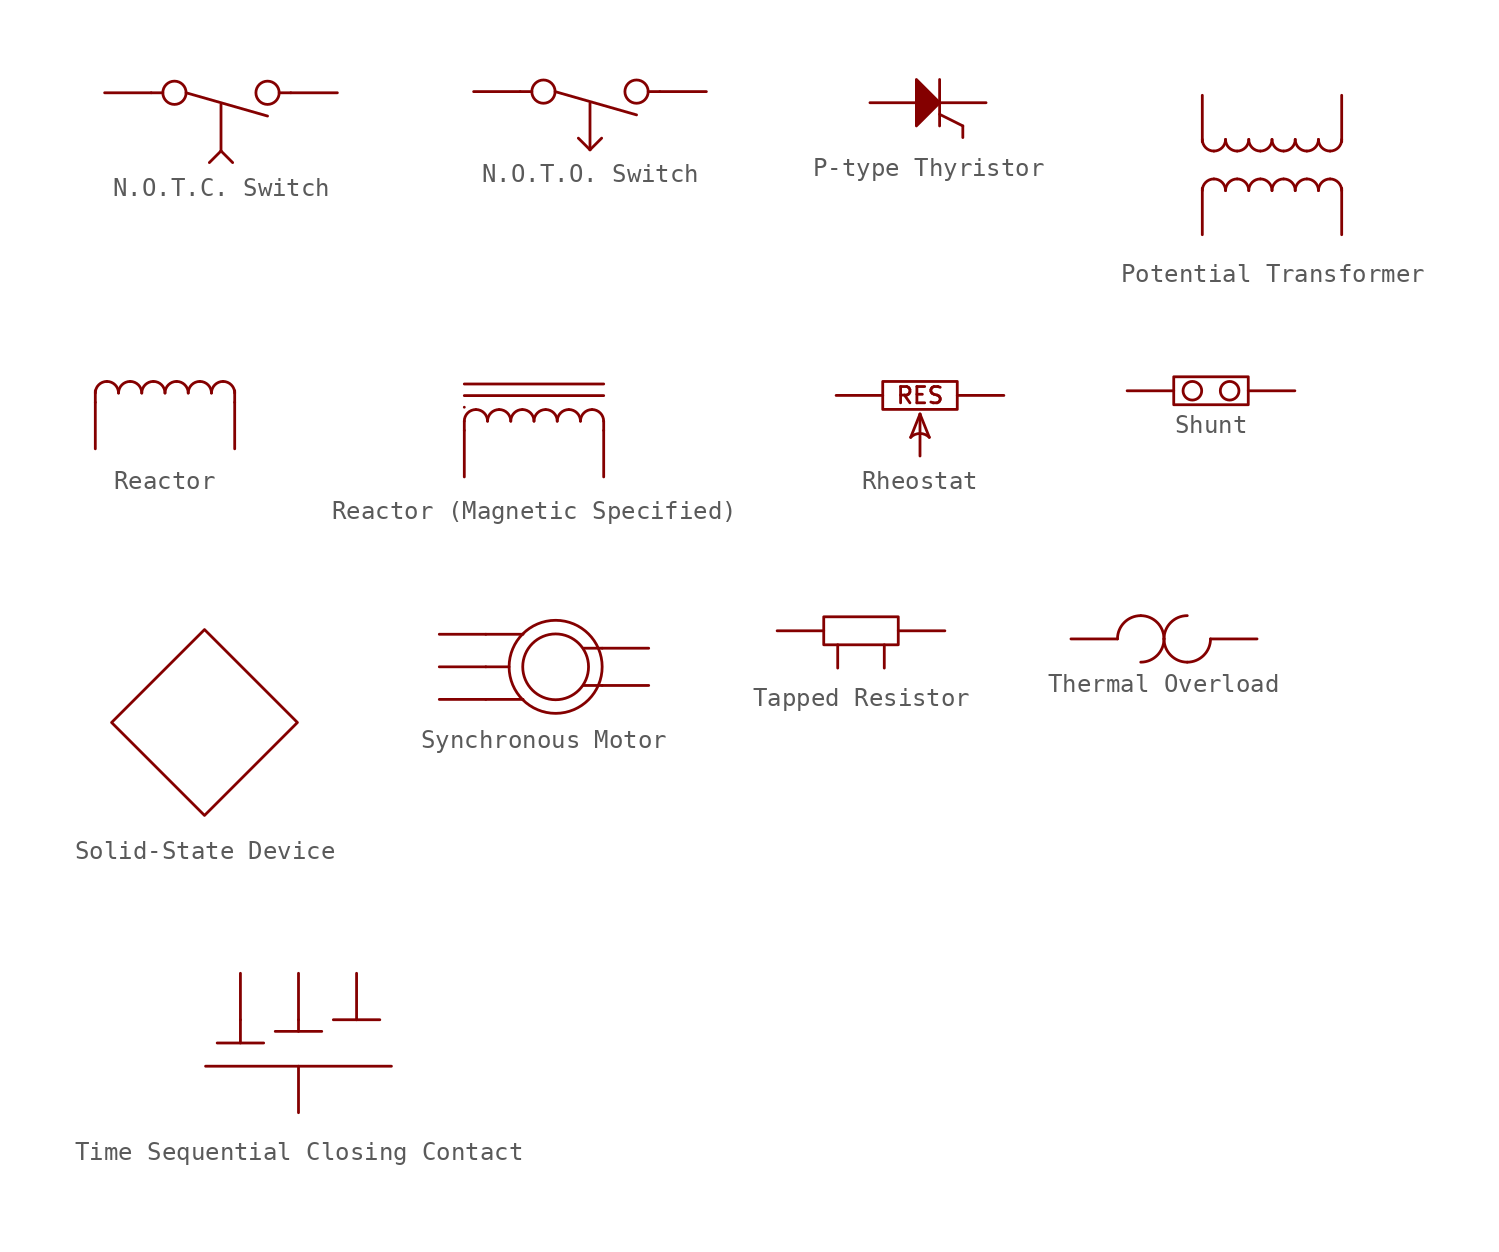
<source format=kicad_sym>
(kicad_symbol_lib
  (version 20241209)
  (generator "kicad_symbol_editor")
  (generator_version "9.0")
  (symbol "N.O.T.C. Switch"
    (property "Reference" "U"
      (at 0 1.524 0)
      (effects (font (size 1.27 1.27)) (hide yes)))
    (property "Value" ""
      (at 0 0 0)
      (effects (font (size 1.27 1.27))))
    (symbol "N.O.T.C. Switch_0_1"
      (polyline (pts (xy -3.81 0) (xy -3.175 0)) (stroke (width 0) (type default)) (fill (type none)))
      (circle (center -2.54 0) (radius 0.635) (stroke (width 0) (type default)) (fill (type none)))
      (polyline (pts (xy -1.905 0) (xy 2.54 -1.27)) (stroke (width 0) (type default)) (fill (type none)))
      (polyline (pts (xy 0 -0.635) (xy 0 -3.175)) (stroke (width 0) (type default)) (fill (type none)))
      (polyline (pts (xy 0 -3.175) (xy -0.635 -3.81)) (stroke (width 0) (type default)) (fill (type none)))
      (polyline (pts (xy 0 -3.175) (xy 0.635 -3.81)) (stroke (width 0) (type default)) (fill (type none)))
      (circle (center 2.54 0) (radius 0.635) (stroke (width 0) (type default)) (fill (type none)))
      (polyline (pts (xy 3.81 0) (xy 3.175 0)) (stroke (width 0) (type default)) (fill (type none))))
    (symbol "N.O.T.C. Switch_1_1"
      (pin input line (at -6.35 0 0) (length 2.54) (name "" (effects (font (size 1.27 1.27)))) (number "" (effects (font (size 1.27 1.27)))))
      (pin input line (at 6.35 0 180) (length 2.54) (name "" (effects (font (size 1.27 1.27)))) (number "" (effects (font (size 1.27 1.27)))))))
  (symbol "N.O.T.O. Switch"
    (property "Reference" "U"
      (at 0 1.524 0)
      (effects (font (size 1.27 1.27)) (hide yes)))
    (property "Value" ""
      (at 0 0 0)
      (effects (font (size 1.27 1.27))))
    (symbol "N.O.T.O. Switch_0_1"
      (polyline (pts (xy -3.81 0) (xy -3.175 0)) (stroke (width 0) (type default)) (fill (type none)))
      (circle (center -2.54 0) (radius 0.635) (stroke (width 0) (type default)) (fill (type none)))
      (polyline (pts (xy -1.905 0) (xy 2.54 -1.27)) (stroke (width 0) (type default)) (fill (type none)))
      (polyline (pts (xy 0 -0.635) (xy 0 -3.175)) (stroke (width 0) (type default)) (fill (type none)))
      (polyline (pts (xy 0 -3.175) (xy -0.635 -2.54)) (stroke (width 0) (type default)) (fill (type none)))
      (polyline (pts (xy 0 -3.175) (xy 0.635 -2.54)) (stroke (width 0) (type default)) (fill (type none)))
      (circle (center 2.54 0) (radius 0.635) (stroke (width 0) (type default)) (fill (type none)))
      (polyline (pts (xy 3.81 0) (xy 3.175 0)) (stroke (width 0) (type default)) (fill (type none))))
    (symbol "N.O.T.O. Switch_1_1"
      (pin input line (at -6.35 0 0) (length 2.54) (name "" (effects (font (size 1.27 1.27)))) (number "" (effects (font (size 1.27 1.27)))))
      (pin input line (at 6.35 0 180) (length 2.54) (name "" (effects (font (size 1.27 1.27)))) (number "" (effects (font (size 1.27 1.27)))))))
  (symbol "P-type Thyristor"
    (property "Reference" "U"
      (at 0 2.54 0)
      (effects (font (size 1.27 1.27)) (hide yes)))
    (property "Value" ""
      (at 0 0 0)
      (effects (font (size 1.27 1.27))))
    (symbol "P-type Thyristor_0_1"
      (polyline (pts (xy 0.635 1.27) (xy 0.635 -1.27)) (stroke (width 0) (type default)) (fill (type none)))
      (polyline (pts (xy 0.635 -0.635) (xy 1.905 -1.27)) (stroke (width 0) (type default)) (fill (type none))))
    (symbol "P-type Thyristor_1_1"
      (polyline (pts (xy 0.635 0) (xy -0.635 1.27) (xy -0.635 -1.27) (xy 0.635 0)) (stroke (width 0) (type solid)) (fill (type outline)))
      (pin input line (at -3.175 0 0) (length 2.54) (name "" (effects (font (size 1.27 1.27)))) (number "" (effects (font (size 1.27 1.27)))))
      (pin input line (at 1.905 -1.905 90) (length 0.635) (name "" (effects (font (size 1.27 1.27)))) (number "" (effects (font (size 1.27 1.27)))))
      (pin input line (at 3.175 0 180) (length 2.54) (name "" (effects (font (size 1.27 1.27)))) (number "" (effects (font (size 1.27 1.27)))))))
  (symbol "Potential Transformer"
    (property "Reference" "U"
      (at 0 2.794 0)
      (effects (font (size 1.27 1.27)) (hide yes)))
    (property "Value" ""
      (at 0 0 0)
      (effects (font (size 1.27 1.27))))
    (symbol "Potential Transformer_0_1"
      (arc (start -3.175 0.762) (mid -3.624 0.948) (end -3.81 1.397) (stroke (width 0) (type default)) (fill (type none)))
      (arc (start -2.54 1.397) (mid -2.726 0.948) (end -3.175 0.762) (stroke (width 0) (type default)) (fill (type none)))
      (arc (start -3.81 -1.397) (mid -3.624 -0.948) (end -3.175 -0.762) (stroke (width 0) (type default)) (fill (type none)))
      (arc (start -3.175 -0.762) (mid -2.726 -0.948) (end -2.54 -1.397) (stroke (width 0) (type default)) (fill (type none)))
      (arc (start -1.905 0.762) (mid -2.354 0.948) (end -2.54 1.397) (stroke (width 0) (type default)) (fill (type none)))
      (arc (start -1.27 1.397) (mid -1.456 0.948) (end -1.905 0.762) (stroke (width 0) (type default)) (fill (type none)))
      (arc (start -2.54 -1.397) (mid -2.354 -0.948) (end -1.905 -0.762) (stroke (width 0) (type default)) (fill (type none)))
      (arc (start -1.905 -0.762) (mid -1.456 -0.948) (end -1.27 -1.397) (stroke (width 0) (type default)) (fill (type none)))
      (arc (start -0.635 0.762) (mid -1.084 0.948) (end -1.27 1.397) (stroke (width 0) (type default)) (fill (type none)))
      (arc (start 0 1.397) (mid -0.186 0.948) (end -0.635 0.762) (stroke (width 0) (type default)) (fill (type none)))
      (arc (start -1.27 -1.397) (mid -1.084 -0.948) (end -0.635 -0.762) (stroke (width 0) (type default)) (fill (type none)))
      (arc (start -0.635 -0.762) (mid -0.186 -0.948) (end 0 -1.397) (stroke (width 0) (type default)) (fill (type none)))
      (arc (start 0.635 0.762) (mid 0.186 0.948) (end 0 1.397) (stroke (width 0) (type default)) (fill (type none)))
      (arc (start 1.27 1.397) (mid 1.084 0.948) (end 0.635 0.762) (stroke (width 0) (type default)) (fill (type none)))
      (arc (start 0 -1.397) (mid 0.186 -0.948) (end 0.635 -0.762) (stroke (width 0) (type default)) (fill (type none)))
      (arc (start 0.635 -0.762) (mid 1.084 -0.948) (end 1.27 -1.397) (stroke (width 0) (type default)) (fill (type none)))
      (arc (start 1.905 0.762) (mid 1.456 0.948) (end 1.27 1.397) (stroke (width 0) (type default)) (fill (type none)))
      (arc (start 2.54 1.397) (mid 2.354 0.948) (end 1.905 0.762) (stroke (width 0) (type default)) (fill (type none)))
      (arc (start 1.27 -1.397) (mid 1.456 -0.948) (end 1.905 -0.762) (stroke (width 0) (type default)) (fill (type none)))
      (arc (start 1.905 -0.762) (mid 2.354 -0.948) (end 2.54 -1.397) (stroke (width 0) (type default)) (fill (type none)))
      (arc (start 3.175 0.762) (mid 2.726 0.948) (end 2.54 1.397) (stroke (width 0) (type default)) (fill (type none)))
      (arc (start 3.81 1.397) (mid 3.624 0.948) (end 3.175 0.762) (stroke (width 0) (type default)) (fill (type none)))
      (arc (start 2.54 -1.397) (mid 2.726 -0.948) (end 3.175 -0.762) (stroke (width 0) (type default)) (fill (type none)))
      (arc (start 3.175 -0.762) (mid 3.624 -0.948) (end 3.81 -1.397) (stroke (width 0) (type default)) (fill (type none))))
    (symbol "Potential Transformer_1_1"
      (pin input line (at -3.81 3.81 270) (length 2.54) (name "" (effects (font (size 1.27 1.27)))) (number "" (effects (font (size 1.27 1.27)))))
      (pin input line (at -3.81 -3.81 90) (length 2.54) (name "" (effects (font (size 1.27 1.27)))) (number "" (effects (font (size 1.27 1.27)))))
      (pin input line (at 3.81 3.81 270) (length 2.54) (name "" (effects (font (size 1.27 1.27)))) (number "" (effects (font (size 1.27 1.27)))))
      (pin input line (at 3.81 -3.81 90) (length 2.54) (name "" (effects (font (size 1.27 1.27)))) (number "" (effects (font (size 1.27 1.27)))))))
  (symbol "Reactor"
    (property "Reference" "U"
      (at 0 3.048 0)
      (effects (font (size 1.27 1.27)) (hide yes)))
    (property "Value" ""
      (at 0 0 0)
      (effects (font (size 1.27 1.27))))
    (symbol "Reactor_0_1"
      (polyline (pts (xy -3.81 1.27) (xy -3.81 0.635)) (stroke (width 0) (type default)) (fill (type none)))
      (arc (start -3.81 1.143) (mid -3.624 1.592) (end -3.175 1.778) (stroke (width 0) (type default)) (fill (type none)))
      (arc (start -3.175 1.778) (mid -2.726 1.592) (end -2.54 1.143) (stroke (width 0) (type default)) (fill (type none)))
      (arc (start -2.54 1.143) (mid -2.354 1.592) (end -1.905 1.778) (stroke (width 0) (type default)) (fill (type none)))
      (arc (start -1.905 1.778) (mid -1.456 1.592) (end -1.27 1.143) (stroke (width 0) (type default)) (fill (type none)))
      (arc (start -1.27 1.143) (mid -1.084 1.592) (end -0.635 1.778) (stroke (width 0) (type default)) (fill (type none)))
      (arc (start -0.635 1.778) (mid -0.186 1.592) (end 0 1.143) (stroke (width 0) (type default)) (fill (type none)))
      (arc (start 0 1.143) (mid 0.186 1.592) (end 0.635 1.778) (stroke (width 0) (type default)) (fill (type none)))
      (arc (start 0.635 1.778) (mid 1.084 1.592) (end 1.27 1.143) (stroke (width 0) (type default)) (fill (type none)))
      (arc (start 1.27 1.143) (mid 1.456 1.592) (end 1.905 1.778) (stroke (width 0) (type default)) (fill (type none)))
      (arc (start 1.905 1.778) (mid 2.354 1.592) (end 2.54 1.143) (stroke (width 0) (type default)) (fill (type none)))
      (arc (start 2.54 1.143) (mid 2.726 1.592) (end 3.175 1.778) (stroke (width 0) (type default)) (fill (type none)))
      (arc (start 3.175 1.778) (mid 3.624 1.592) (end 3.81 1.143) (stroke (width 0) (type default)) (fill (type none)))
      (polyline (pts (xy 3.81 1.27) (xy 3.81 0.635)) (stroke (width 0) (type default)) (fill (type none))))
    (symbol "Reactor_1_1"
      (pin input line (at -3.81 -1.905 90) (length 2.54) (name "" (effects (font (size 1.27 1.27)))) (number "" (effects (font (size 1.27 1.27)))))
      (pin input line (at 3.81 -1.905 90) (length 2.54) (name "" (effects (font (size 1.27 1.27)))) (number "" (effects (font (size 1.27 1.27)))))))
  (symbol "Reactor (Magnetic Specified)"
    (property "Reference" "U"
      (at 0 3.81 0)
      (effects (font (size 1.27 1.27)) (hide yes)))
    (property "Value" ""
      (at 0 0 0)
      (effects (font (size 1.27 1.27))))
    (symbol "Reactor (Magnetic Specified)_0_1"
      (polyline (pts (xy -3.81 1.905) (xy 3.81 1.905)) (stroke (width 0) (type default)) (fill (type none)))
      (polyline (pts (xy -3.81 1.27) (xy -3.81 1.27)) (stroke (width 0) (type default)) (fill (type none)))
      (polyline (pts (xy -3.81 0.508) (xy -3.81 0)) (stroke (width 0) (type default)) (fill (type none)))
      (arc (start -3.81 0.508) (mid -3.624 0.957) (end -3.175 1.143) (stroke (width 0) (type default)) (fill (type none)))
      (arc (start -3.175 1.143) (mid -2.726 0.957) (end -2.54 0.508) (stroke (width 0) (type default)) (fill (type none)))
      (arc (start -2.54 0.508) (mid -2.354 0.957) (end -1.905 1.143) (stroke (width 0) (type default)) (fill (type none)))
      (arc (start -1.905 1.143) (mid -1.456 0.957) (end -1.27 0.508) (stroke (width 0) (type default)) (fill (type none)))
      (arc (start -1.27 0.508) (mid -1.084 0.957) (end -0.635 1.143) (stroke (width 0) (type default)) (fill (type none)))
      (arc (start -0.635 1.143) (mid -0.186 0.957) (end 0 0.508) (stroke (width 0) (type default)) (fill (type none)))
      (arc (start 0 0.508) (mid 0.186 0.957) (end 0.635 1.143) (stroke (width 0) (type default)) (fill (type none)))
      (arc (start 0.635 1.143) (mid 1.084 0.957) (end 1.27 0.508) (stroke (width 0) (type default)) (fill (type none)))
      (arc (start 1.27 0.508) (mid 1.456 0.957) (end 1.905 1.143) (stroke (width 0) (type default)) (fill (type none)))
      (arc (start 1.905 1.143) (mid 2.354 0.957) (end 2.54 0.508) (stroke (width 0) (type default)) (fill (type none)))
      (arc (start 2.54 0.508) (mid 2.726 0.957) (end 3.175 1.143) (stroke (width 0) (type default)) (fill (type none)))
      (arc (start 3.175 1.143) (mid 3.624 0.957) (end 3.81 0.508) (stroke (width 0) (type default)) (fill (type none)))
      (polyline (pts (xy 3.81 2.54) (xy -3.81 2.54)) (stroke (width 0) (type default)) (fill (type none)))
      (polyline (pts (xy 3.81 0.508) (xy 3.81 0)) (stroke (width 0) (type default)) (fill (type none))))
    (symbol "Reactor (Magnetic Specified)_1_1"
      (pin input line (at -3.81 -2.54 90) (length 2.54) (name "" (effects (font (size 1.27 1.27)))) (number "" (effects (font (size 1.27 1.27)))))
      (pin input line (at 3.81 -2.54 90) (length 2.54) (name "" (effects (font (size 1.27 1.27)))) (number "" (effects (font (size 1.27 1.27)))))))
  (symbol "Rheostat"
    (property "Reference" "U"
      (at 0 2.032 0)
      (effects (font (size 1.27 1.27)) (hide yes)))
    (property "Value" ""
      (at 0 0 0)
      (effects (font (size 1.27 1.27))))
    (symbol "Rheostat_0_1"
      (rectangle (start -2.032 0.762) (end 2.032 -0.762) (stroke (width 0) (type default)) (fill (type none)))
      (polyline (pts (xy 0 -1.016) (xy -0.508 -2.286)) (stroke (width 0) (type default)) (fill (type none)))
      (polyline (pts (xy 0 -1.016) (xy 0 -3.302)) (stroke (width 0) (type default)) (fill (type none)))
      (polyline (pts (xy 0 -1.016) (xy 0.508 -2.286)) (stroke (width 0) (type default)) (fill (type none)))
      (arc (start -0.508 -2.286) (mid 0 -2.0756) (end 0.508 -2.286) (stroke (width 0) (type default)) (fill (type none))))
    (symbol "Rheostat_1_1"
      (text "RES" (at 0 0 0) (effects (font (size 0.889 0.889))))
      (pin input line (at -4.572 0 0) (length 2.54) (name "" (effects (font (size 1.27 1.27)))) (number "" (effects (font (size 1.27 1.27)))))
      (pin input line (at 4.572 0 180) (length 2.54) (name "" (effects (font (size 1.27 1.27)))) (number "" (effects (font (size 1.27 1.27)))))))
  (symbol "Shunt"
    (property "Reference" "U"
      (at 0 2.032 0)
      (effects (font (size 1.27 1.27)) (hide yes)))
    (property "Value" ""
      (at 0 0 0)
      (effects (font (size 1.27 1.27))))
    (symbol "Shunt_0_1"
      (rectangle (start -2.032 0.762) (end 2.032 -0.762) (stroke (width 0) (type default)) (fill (type none)))
      (circle (center -1.016 0) (radius 0.508) (stroke (width 0) (type default)) (fill (type none)))
      (circle (center 1.016 0) (radius 0.508) (stroke (width 0) (type default)) (fill (type none))))
    (symbol "Shunt_1_1"
      (pin input line (at -4.572 0 0) (length 2.54) (name "" (effects (font (size 1.27 1.27)))) (number "" (effects (font (size 1.27 1.27)))))
      (pin input line (at 4.572 0 180) (length 2.54) (name "" (effects (font (size 1.27 1.27)))) (number "" (effects (font (size 1.27 1.27)))))))
  (symbol "Solid-State Device"
    (property "Reference" "U"
      (at 0 0 0)
      (effects (font (size 1.27 1.27)) (hide yes)))
    (property "Value" ""
      (at 0 0 0)
      (effects (font (size 1.27 1.27))))
    (symbol "Solid-State Device_0_1"
      (polyline (pts (xy 0 5.08) (xy -5.08 0) (xy 0 -5.08) (xy 5.08 0) (xy 0 5.08)) (stroke (width 0) (type default)) (fill (type none)))))
  (symbol "Synchronous Motor"
    (property "Reference" "U"
      (at 0 3.81 0)
      (effects (font (size 1.27 1.27)) (hide yes)))
    (property "Value" ""
      (at 0 0 0)
      (effects (font (size 1.27 1.27))))
    (symbol "Synchronous Motor_0_1"
      (polyline (pts (xy -3.81 1.778) (xy -1.778 1.778)) (stroke (width 0) (type default)) (fill (type none)))
      (polyline (pts (xy -3.81 -1.778) (xy -1.778 -1.778)) (stroke (width 0) (type default)) (fill (type none)))
      (polyline (pts (xy -2.54 0) (xy -3.81 0)) (stroke (width 0) (type default)) (fill (type none)))
      (circle (center 0 0) (radius 1.796) (stroke (width 0) (type default)) (fill (type none)))
      (circle (center 0 0) (radius 2.54) (stroke (width 0) (type default)) (fill (type none)))
      (polyline (pts (xy 1.524 1.016) (xy 2.54 1.016)) (stroke (width 0) (type default)) (fill (type none)))
      (polyline (pts (xy 1.524 -1.016) (xy 2.54 -1.016)) (stroke (width 0) (type default)) (fill (type none))))
    (symbol "Synchronous Motor_1_1"
      (pin input line (at -6.35 1.778 0) (length 2.54) (name "" (effects (font (size 1.27 1.27)))) (number "" (effects (font (size 1.27 1.27)))))
      (pin input line (at -6.35 0 0) (length 2.54) (name "" (effects (font (size 1.27 1.27)))) (number "" (effects (font (size 1.27 1.27)))))
      (pin input line (at -6.35 -1.778 0) (length 2.54) (name "" (effects (font (size 1.27 1.27)))) (number "" (effects (font (size 1.27 1.27)))))
      (pin input line (at 5.08 1.016 180) (length 2.54) (name "" (effects (font (size 1.27 1.27)))) (number "" (effects (font (size 1.27 1.27)))))
      (pin input line (at 5.08 -1.016 180) (length 2.54) (name "" (effects (font (size 1.27 1.27)))) (number "" (effects (font (size 1.27 1.27)))))))
  (symbol "Tapped Resistor"
    (property "Reference" "U"
      (at 0 1.778 0)
      (effects (font (size 1.27 1.27)) (hide yes)))
    (property "Value" ""
      (at 0 0 0)
      (effects (font (size 1.27 1.27))))
    (symbol "Tapped Resistor_0_1"
      (rectangle (start -2.032 0.762) (end 2.032 -0.762) (stroke (width 0) (type default)) (fill (type none))))
    (symbol "Tapped Resistor_1_1"
      (pin input line (at -4.572 0 0) (length 2.54) (name "" (effects (font (size 1.27 1.27)))) (number "" (effects (font (size 1.27 1.27)))))
      (pin input line (at -1.27 -2.032 90) (length 1.27) (name "" (effects (font (size 1.27 1.27)))) (number "" (effects (font (size 1.27 1.27)))))
      (pin input line (at 1.27 -2.032 90) (length 1.27) (name "" (effects (font (size 1.27 1.27)))) (number "" (effects (font (size 1.27 1.27)))))
      (pin input line (at 4.572 0 180) (length 2.54) (name "" (effects (font (size 1.27 1.27)))) (number "" (effects (font (size 1.27 1.27)))))))
  (symbol "Thermal Overload"
    (property "Reference" "U"
      (at 0 2.54 0)
      (effects (font (size 1.27 1.27)) (hide yes)))
    (property "Value" ""
      (at 0 0 0)
      (effects (font (size 1.27 1.27))))
    (symbol "Thermal Overload_0_1"
      (arc (start 0 0) (mid -0.372 -0.898) (end -1.27 -1.27) (stroke (width 0) (type default)) (fill (type none)))
      (arc (start -1.27 1.27) (mid -0.372 0.898) (end 0 0) (stroke (width 0) (type default)) (fill (type none)))
      (arc (start -2.54 0) (mid -2.168 0.898) (end -1.27 1.27) (stroke (width 0) (type default)) (fill (type none)))
      (arc (start 0 0) (mid 0.372 0.898) (end 1.27 1.27) (stroke (width 0) (type default)) (fill (type none)))
      (arc (start 1.27 -1.27) (mid 0.372 -0.898) (end 0 0) (stroke (width 0) (type default)) (fill (type none)))
      (arc (start 2.54 0) (mid 2.168 -0.898) (end 1.27 -1.27) (stroke (width 0) (type default)) (fill (type none))))
    (symbol "Thermal Overload_1_1"
      (pin input line (at -5.08 0 0) (length 2.54) (name "" (effects (font (size 1.27 1.27)))) (number "" (effects (font (size 1.27 1.27)))))
      (pin input line (at 5.08 0 180) (length 2.54) (name "" (effects (font (size 1.27 1.27)))) (number "" (effects (font (size 1.27 1.27)))))))
  (symbol "Time Sequential Closing Contact"
    (property "Reference" "U"
      (at 0 5.08 0)
      (effects (font (size 1.27 1.27)) (hide yes)))
    (property "Value" ""
      (at 0 0 0)
      (effects (font (size 1.27 1.27))))
    (symbol "Time Sequential Closing Contact_0_1"
      (polyline (pts (xy -5.08 -1.27) (xy 5.08 -1.27)) (stroke (width 0) (type default)) (fill (type none)))
      (polyline (pts (xy -4.445 0) (xy -1.905 0)) (stroke (width 0) (type default)) (fill (type none)))
      (polyline (pts (xy -3.175 1.27) (xy -3.175 0)) (stroke (width 0) (type default)) (fill (type none)))
      (polyline (pts (xy -1.27 0.635) (xy 1.27 0.635)) (stroke (width 0) (type default)) (fill (type none)))
      (polyline (pts (xy 0 1.27) (xy 0 0.635)) (stroke (width 0) (type default)) (fill (type none)))
      (polyline (pts (xy 1.905 1.27) (xy 4.445 1.27)) (stroke (width 0) (type default)) (fill (type none))))
    (symbol "Time Sequential Closing Contact_1_1"
      (pin input line (at -3.175 3.81 270) (length 2.54) (name "" (effects (font (size 1.27 1.27)))) (number "" (effects (font (size 1.27 1.27)))))
      (pin input line (at 0 3.81 270) (length 2.54) (name "" (effects (font (size 1.27 1.27)))) (number "" (effects (font (size 1.27 1.27)))))
      (pin input line (at 0 -3.81 90) (length 2.54) (name "" (effects (font (size 1.27 1.27)))) (number "" (effects (font (size 1.27 1.27)))))
      (pin input line (at 3.175 3.81 270) (length 2.54) (name "" (effects (font (size 1.27 1.27)))) (number "" (effects (font (size 1.27 1.27))))))))
</source>
